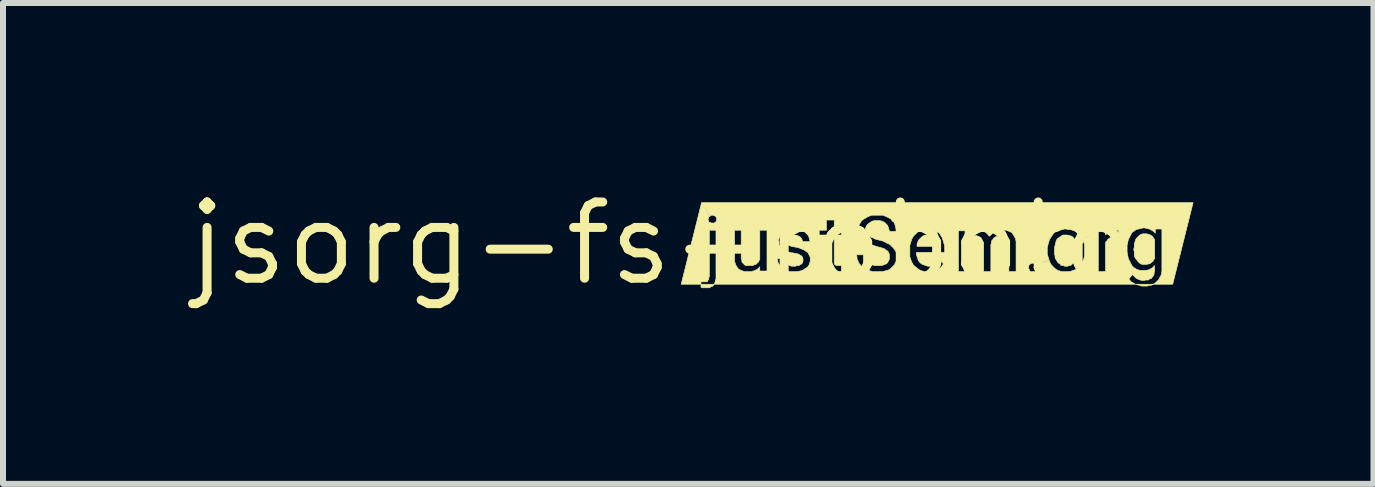
<source format=kicad_pcb>
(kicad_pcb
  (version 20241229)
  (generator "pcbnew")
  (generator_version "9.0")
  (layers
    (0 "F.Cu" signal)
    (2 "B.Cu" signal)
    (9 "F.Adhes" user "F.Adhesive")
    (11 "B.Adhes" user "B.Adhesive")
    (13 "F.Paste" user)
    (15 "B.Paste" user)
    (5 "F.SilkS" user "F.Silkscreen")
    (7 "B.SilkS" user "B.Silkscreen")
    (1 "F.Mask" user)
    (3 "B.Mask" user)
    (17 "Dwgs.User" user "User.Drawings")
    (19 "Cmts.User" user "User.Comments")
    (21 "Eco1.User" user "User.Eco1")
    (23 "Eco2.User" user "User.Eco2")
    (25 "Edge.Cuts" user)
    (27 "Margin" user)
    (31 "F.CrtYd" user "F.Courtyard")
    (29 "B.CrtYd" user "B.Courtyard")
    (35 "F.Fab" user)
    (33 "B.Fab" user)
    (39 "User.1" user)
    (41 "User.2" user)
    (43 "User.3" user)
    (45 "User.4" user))
  (footprint "jsorg-fs-roboto"
    (layer "F.Cu")
    (at 7.96 1.006)
    (property "Reference" "jsorg-fs-roboto" (at 0 0 0) (layer "F.SilkS") (effects (font (size 1.27 1.27) (thickness 0.15))))
    (attr board_only exclude_from_pos_files exclude_from_bom)
    (fp_poly (pts (xy 4.44 -0.14) (xy 4.41 -0.14) (xy 4.38 -0.13) (xy 4.35 -0.11) (xy 4.32 -0.08) (xy 4.3 -0.06) (xy 4.28 -0.02) (xy 4.27 0.01) (xy 4.27 0.05) (xy 4.61 0.05) (xy 4.6 0.01) (xy 4.6 -0.03) (xy 4.58 -0.06) (xy 4.57 -0.09) (xy 4.54 -0.11) (xy 4.51 -0.13) (xy 4.48 -0.14) (xy 4.44 -0.14)) (stroke (width 0.01) (type solid)) (fill yes) (layer "F.SilkS"))
    (fp_poly (pts (xy 7.88 0.1) (xy 7.89 0.14) (xy 7.89 0.17) (xy 7.89 0.2) (xy 7.9 0.23) (xy 7.91 0.25) (xy 7.93 0.27) (xy 7.94 0.29) (xy 7.96 0.31) (xy 7.98 0.33) (xy 8 0.34) (xy 8.02 0.35) (xy 8.04 0.35) (xy 8.07 0.35) (xy 8.1 0.35) (xy 8.13 0.34) (xy 8.15 0.34) (xy 8.17 0.32) (xy 8.2 0.3) (xy 8.21 0.28) (xy 8.23 0.25) (xy 8.23 -0.06) (xy 8.21 -0.09) (xy 8.19 -0.12) (xy 8.16 -0.14) (xy 8.13 -0.15) (xy 8.1 -0.16) (xy 8.06 -0.16) (xy 8.03 -0.16) (xy 8 -0.15) (xy 7.97 -0.13) (xy 7.95 -0.11) (xy 7.93 -0.09) (xy 7.91 -0.06) (xy 7.9 -0.02) (xy 7.89 0.01) (xy 7.89 0.06) (xy 7.88 0.1)) (stroke (width 0.01) (type solid)) (fill yes) (layer "F.SilkS"))
    (fp_poly (pts (xy 6.56 0.12) (xy 6.56 0.15) (xy 6.56 0.18) (xy 6.57 0.21) (xy 6.57 0.24) (xy 6.58 0.26) (xy 6.6 0.29) (xy 6.61 0.31) (xy 6.63 0.33) (xy 6.65 0.34) (xy 6.66 0.36) (xy 6.69 0.37) (xy 6.71 0.37) (xy 6.73 0.38) (xy 6.76 0.38) (xy 6.78 0.38) (xy 6.8 0.37) (xy 6.82 0.37) (xy 6.84 0.36) (xy 6.86 0.34) (xy 6.88 0.33) (xy 6.89 0.31) (xy 6.91 0.29) (xy 6.92 0.27) (xy 6.93 0.25) (xy 6.94 0.22) (xy 6.94 0.19) (xy 6.95 0.13) (xy 6.95 0.07) (xy 6.94 0.04) (xy 6.94 0.01) (xy 6.92 -0.03) (xy 6.9 -0.06) (xy 6.88 -0.09) (xy 6.85 -0.12) (xy 6.81 -0.13) (xy 6.78 -0.14) (xy 6.74 -0.14) (xy 6.7 -0.14) (xy 6.67 -0.12) (xy 6.64 -0.1) (xy 6.61 -0.08) (xy 6.59 -0.05) (xy 6.58 -0.01) (xy 6.57 0.03) (xy 6.56 0.07) (xy 6.56 0.12)) (stroke (width 0.01) (type solid)) (fill yes) (layer "F.SilkS"))
    (fp_poly (pts (xy 0.82 -0.46) (xy 0.83 -0.46) (xy 0.85 -0.47) (xy 0.88 -0.47) (xy 0.89 -0.46) (xy 0.9 -0.46) (xy 0.91 -0.45) (xy 0.92 -0.44) (xy 0.93 -0.43) (xy 0.93 -0.41) (xy 0.93 -0.4) (xy 0.93 -0.38) (xy 0.92 -0.37) (xy 0.92 -0.36) (xy 0.91 -0.35) (xy 0.9 -0.35) (xy 0.89 -0.34) (xy 0.87 -0.34) (xy 0.85 -0.34) (xy 0.84 -0.34) (xy 0.81 -0.22) (xy 0.92 -0.22) (xy 1.23 -0.22) (xy 1.34 -0.22) (xy 1.34 0.22) (xy 1.34 0.25) (xy 1.35 0.27) (xy 1.35 0.3) (xy 1.36 0.32) (xy 1.37 0.33) (xy 1.39 0.35) (xy 1.4 0.36) (xy 1.42 0.37) (xy 1.45 0.37) (xy 1.47 0.37) (xy 1.5 0.37) (xy 1.53 0.37) (xy 1.55 0.36) (xy 1.58 0.35) (xy 1.6 0.34) (xy 1.61 0.32) (xy 1.63 0.31) (xy 1.64 0.28) (xy 1.65 0.27) (xy 1.65 -0.22) (xy 1.77 -0.22) (xy 1.77 0.46) (xy 1.96 0.33) (xy 1.95 0.31) (xy 1.95 0.28) (xy 1.94 0.25) (xy 2.06 0.25) (xy 2.06 0.28) (xy 2.07 0.3) (xy 2.09 0.32) (xy 2.11 0.34) (xy 2.13 0.36) (xy 2.15 0.37) (xy 2.18 0.38) (xy 2.21 0.38) (xy 2.24 0.38) (xy 2.27 0.37) (xy 2.3 0.37) (xy 2.33 0.35) (xy 2.35 0.34) (xy 2.36 0.32) (xy 2.37 0.3) (xy 2.37 0.28) (xy 2.37 0.25) (xy 2.36 0.23) (xy 2.35 0.21) (xy 2.33 0.2) (xy 2.3 0.18) (xy 2.27 0.17) (xy 2.15 0.15) (xy 2.12 0.14) (xy 2.09 0.12) (xy 2.06 0.11) (xy 2.03 0.09) (xy 2.01 0.07) (xy 1.99 0.05) (xy 1.97 0.02) (xy 1.97 -0.01) (xy 1.96 -0.05) (xy 1.97 -0.08) (xy 1.98 -0.11) (xy 2 -0.14) (xy 2.02 -0.17) (xy 2.05 -0.19) (xy 2.07 -0.2) (xy 2.09 -0.21) (xy 2.12 -0.22) (xy 2.14 -0.23) (xy 2.17 -0.23) (xy 2.2 -0.24) (xy 2.26 -0.24) (xy 2.31 -0.23) (xy 2.34 -0.22) (xy 2.36 -0.21) (xy 2.38 -0.2) (xy 2.4 -0.19) (xy 2.42 -0.17) (xy 2.44 -0.15) (xy 2.46 -0.13) (xy 2.47 -0.1) (xy 2.64 -0.14) (xy 2.64 -0.22) (xy 2.76 -0.22) (xy 2.76 -0.39) (xy 2.89 -0.39) (xy 2.89 -0.22) (xy 3.01 -0.22) (xy 3.29 -0.22) (xy 3.29 -0.25) (xy 3.3 -0.27) (xy 3.3 -0.3) (xy 3.31 -0.32) (xy 3.33 -0.35) (xy 3.34 -0.37) (xy 3.36 -0.39) (xy 3.39 -0.41) (xy 3.41 -0.42) (xy 3.44 -0.44) (xy 3.46 -0.45) (xy 3.49 -0.46) (xy 3.52 -0.47) (xy 3.56 -0.47) (xy 3.59 -0.47) (xy 3.63 -0.47) (xy 3.66 -0.47) (xy 3.7 -0.47) (xy 3.75 -0.45) (xy 3.79 -0.43) (xy 3.83 -0.41) (xy 3.86 -0.37) (xy 3.88 -0.36) (xy 3.89 -0.34) (xy 3.91 -0.29) (xy 3.92 -0.24) (xy 3.93 -0.2) (xy 3.81 -0.2) (xy 3.8 -0.24) (xy 3.79 -0.27) (xy 3.78 -0.3) (xy 3.75 -0.33) (xy 3.73 -0.35) (xy 3.69 -0.37) (xy 3.65 -0.38) (xy 3.61 -0.38) (xy 3.56 -0.38) (xy 3.52 -0.37) (xy 3.49 -0.35) (xy 3.46 -0.33) (xy 3.44 -0.31) (xy 3.42 -0.28) (xy 3.41 -0.24) (xy 3.41 -0.22) (xy 3.41 -0.21) (xy 3.42 -0.18) (xy 3.43 -0.16) (xy 3.45 -0.14) (xy 3.48 -0.12) (xy 3.51 -0.1) (xy 3.54 -0.09) (xy 3.58 -0.07) (xy 3.7 -0.04) (xy 3.74 -0.02) (xy 3.78 0) (xy 3.82 0.02) (xy 3.85 0.05) (xy 3.88 0.08) (xy 3.9 0.11) (xy 3.91 0.12) (xy 3.92 0.14) (xy 3.93 0.17) (xy 3.93 0.19) (xy 3.93 0.21) (xy 4.15 0.19) (xy 4.15 0.15) (xy 4.15 0.1) (xy 4.15 0.07) (xy 4.15 0.03) (xy 4.16 0) (xy 4.17 -0.03) (xy 4.18 -0.07) (xy 4.2 -0.1) (xy 4.21 -0.12) (xy 4.24 -0.15) (xy 4.26 -0.17) (xy 4.28 -0.19) (xy 4.31 -0.2) (xy 4.34 -0.22) (xy 4.37 -0.23) (xy 4.4 -0.23) (xy 4.43 -0.24) (xy 4.47 -0.24) (xy 4.5 -0.23) (xy 4.53 -0.23) (xy 4.55 -0.22) (xy 4.58 -0.21) (xy 4.6 -0.19) (xy 4.63 -0.18) (xy 4.65 -0.16) (xy 4.66 -0.14) (xy 4.68 -0.11) (xy 4.69 -0.09) (xy 4.7 -0.06) (xy 4.71 -0.03) (xy 4.72 0.01) (xy 4.73 0.04) (xy 4.73 0.08) (xy 4.73 0.15) (xy 4.26 0.15) (xy 4.26 0.19) (xy 4.27 0.22) (xy 4.28 0.25) (xy 4.29 0.28) (xy 4.31 0.31) (xy 4.33 0.33) (xy 4.36 0.35) (xy 4.39 0.36) (xy 4.42 0.37) (xy 4.45 0.38) (xy 4.49 0.38) (xy 4.53 0.37) (xy 4.56 0.36) (xy 4.59 0.34) (xy 4.62 0.31) (xy 4.65 0.28) (xy 4.71 0.34) (xy 4.96 0.47) (xy 4.96 -0.21) (xy 5.07 -0.21) (xy 5.07 -0.14) (xy 5.09 -0.16) (xy 5.12 -0.18) (xy 5.14 -0.19) (xy 5.17 -0.2) (xy 5.2 -0.21) (xy 5.23 -0.22) (xy 5.26 -0.22) (xy 5.29 -0.22) (xy 5.33 -0.22) (xy 5.35 -0.21) (xy 5.38 -0.2) (xy 5.4 -0.19) (xy 5.42 -0.18) (xy 5.44 -0.16) (xy 5.46 -0.14) (xy 5.47 -0.12) (xy 5.49 -0.13) (xy 5.51 -0.15) (xy 5.53 -0.17) (xy 5.55 -0.18) (xy 5.57 -0.2) (xy 5.59 -0.21) (xy 5.61 -0.21) (xy 5.64 -0.22) (xy 5.67 -0.22) (xy 5.7 -0.22) (xy 5.73 -0.22) (xy 5.76 -0.22) (xy 5.78 -0.21) (xy 5.81 -0.2) (xy 5.83 -0.19) (xy 5.85 -0.18) (xy 5.87 -0.15) (xy 5.89 -0.12) (xy 5.91 -0.08) (xy 5.92 -0.03) (xy 5.92 0.01) (xy 5.92 0.47) (xy 6.13 0.42) (xy 6.13 0.41) (xy 6.13 0.39) (xy 6.13 0.37) (xy 6.14 0.36) (xy 6.15 0.35) (xy 6.16 0.34) (xy 6.17 0.34) (xy 6.18 0.33) (xy 6.2 0.33) (xy 6.22 0.33) (xy 6.23 0.34) (xy 6.24 0.34) (xy 6.25 0.35) (xy 6.26 0.36) (xy 6.47 0.27) (xy 6.46 0.25) (xy 6.45 0.21) (xy 6.44 0.18) (xy 6.44 0.15) (xy 6.44 0.11) (xy 6.44 0.07) (xy 6.45 0.03) (xy 6.46 -0.01) (xy 6.47 -0.04) (xy 6.48 -0.07) (xy 6.5 -0.1) (xy 6.52 -0.13) (xy 6.54 -0.16) (xy 6.56 -0.18) (xy 6.59 -0.2) (xy 6.62 -0.21) (xy 6.65 -0.22) (xy 6.69 -0.23) (xy 6.72 -0.24) (xy 6.76 -0.24) (xy 6.79 -0.23) (xy 6.83 -0.23) (xy 6.86 -0.22) (xy 6.89 -0.21) (xy 6.92 -0.19) (xy 6.94 -0.17) (xy 6.97 -0.15) (xy 6.99 -0.13) (xy 7.01 -0.1) (xy 7.02 -0.07) (xy 7.3 -0.21) (xy 7.41 -0.21) (xy 7.41 -0.14) (xy 7.43 -0.16) (xy 7.45 -0.18) (xy 7.47 -0.2) (xy 7.5 -0.21) (xy 7.53 -0.22) (xy 7.56 -0.22) (xy 7.59 -0.22) (xy 7.62 -0.22) (xy 7.63 -0.22) (xy 7.63 -0.11) (xy 7.79 -0.06) (xy 7.81 -0.1) (xy 7.83 -0.14) (xy 7.85 -0.18) (xy 7.88 -0.2) (xy 7.92 -0.23) (xy 7.96 -0.24) (xy 8 -0.25) (xy 8.05 -0.26) (xy 8.1 -0.25) (xy 8.14 -0.24) (xy 8.18 -0.22) (xy 8.21 -0.2) (xy 8.24 -0.17) (xy 8.24 -0.24) (xy 8.35 -0.24) (xy 8.35 0.43) (xy 8.35 0.46) (xy 8.34 0.52) (xy 8.33 0.54) (xy 8.32 0.56) (xy 8.31 0.58) (xy 8.3 0.6) (xy 8.28 0.62) (xy 8.26 0.64) (xy 8.24 0.66) (xy 8.22 0.67) (xy 8.19 0.69) (xy 8.16 0.7) (xy 8.14 0.7) (xy 8.11 0.71) (xy 8.07 0.71) (xy 8.04 0.71) (xy 8.01 0.71) (xy 7.98 0.7) (xy 7.95 0.69) (xy 7.91 0.68) (xy 7.89 0.67) (xy 7.86 0.65) (xy 7.84 0.64) (xy 7.82 0.62) (xy 7.8 0.59) (xy 7.86 0.52) (xy 7.89 0.55) (xy 7.92 0.58) (xy 7.96 0.6) (xy 7.99 0.61) (xy 8.04 0.62) (xy 8.08 0.61) (xy 8.12 0.61) (xy 8.15 0.59) (xy 8.18 0.58) (xy 8.19 0.56) (xy 8.21 0.54) (xy 8.22 0.51) (xy 8.22 0.49) (xy 8.23 0.46) (xy 8.23 0.37) (xy 8.2 0.4) (xy 8.17 0.42) (xy 8.13 0.44) (xy 8.09 0.45) (xy 8.04 0.45) (xy 7.99 0.45) (xy 7.95 0.44) (xy 7.91 0.42) (xy 7.88 0.4) (xy 7.85 0.37) (xy 7.83 0.33) (xy 7.81 0.29) (xy 7.79 0.25) (xy 7.78 0.2) (xy 7.77 0.14) (xy 7.77 0.09) (xy 7.77 0.03) (xy 7.78 -0.01) (xy 7.79 -0.06) (xy 7.63 -0.11) (xy 7.59 -0.11) (xy 7.56 -0.11) (xy 7.53 -0.11) (xy 7.5 -0.1) (xy 7.48 -0.09) (xy 7.45 -0.07) (xy 7.44 -0.05) (xy 7.42 -0.03) (xy 7.41 -0.01) (xy 7.41 0.47) (xy 7.29 0.47) (xy 7.29 -0.21) (xy 7.03 -0.07) (xy 7.04 -0.04) (xy 7.05 -0.01) (xy 7.06 0.02) (xy 7.06 0.06) (xy 7.06 0.1) (xy 7.06 0.14) (xy 7.06 0.18) (xy 7.06 0.22) (xy 7.05 0.25) (xy 7.04 0.28) (xy 7.02 0.31) (xy 7.01 0.34) (xy 6.99 0.36) (xy 6.97 0.39) (xy 6.95 0.41) (xy 6.93 0.42) (xy 6.9 0.44) (xy 6.87 0.45) (xy 6.84 0.46) (xy 6.81 0.47) (xy 6.78 0.47) (xy 6.74 0.47) (xy 6.71 0.47) (xy 6.68 0.47) (xy 6.65 0.46) (xy 6.62 0.45) (xy 6.6 0.44) (xy 6.57 0.42) (xy 6.55 0.4) (xy 6.53 0.38) (xy 6.51 0.36) (xy 6.49 0.33) (xy 6.48 0.3) (xy 6.47 0.28) (xy 6.26 0.36) (xy 6.27 0.37) (xy 6.27 0.39) (xy 6.27 0.41) (xy 6.27 0.42) (xy 6.27 0.43) (xy 6.26 0.45) (xy 6.25 0.46) (xy 6.24 0.46) (xy 6.23 0.47) (xy 6.22 0.47) (xy 6.2 0.47) (xy 6.19 0.47) (xy 6.17 0.47) (xy 6.16 0.47) (xy 6.15 0.46) (xy 6.14 0.45) (xy 6.14 0.43) (xy 6.13 0.42) (xy 5.92 0.47) (xy 5.8 0.47) (xy 5.8 0.02) (xy 5.8 -0.01) (xy 5.8 -0.04) (xy 5.79 -0.06) (xy 5.78 -0.08) (xy 5.77 -0.09) (xy 5.75 -0.11) (xy 5.73 -0.12) (xy 5.71 -0.12) (xy 5.69 -0.13) (xy 5.66 -0.13) (xy 5.63 -0.13) (xy 5.61 -0.12) (xy 5.58 -0.11) (xy 5.56 -0.1) (xy 5.54 -0.08) (xy 5.53 -0.06) (xy 5.51 -0.04) (xy 5.51 -0.01) (xy 5.5 0.02) (xy 5.5 0.47) (xy 5.38 0.47) (xy 5.38 0.02) (xy 5.38 -0.01) (xy 5.37 -0.03) (xy 5.36 -0.05) (xy 5.35 -0.07) (xy 5.34 -0.09) (xy 5.33 -0.1) (xy 5.31 -0.11) (xy 5.29 -0.12) (xy 5.26 -0.13) (xy 5.24 -0.13) (xy 5.21 -0.13) (xy 5.18 -0.12) (xy 5.16 -0.11) (xy 5.14 -0.1) (xy 5.12 -0.09) (xy 5.1 -0.07) (xy 5.09 -0.05) (xy 5.07 -0.03) (xy 5.07 0.47) (xy 4.96 0.47) (xy 4.71 0.34) (xy 4.69 0.37) (xy 4.67 0.4) (xy 4.64 0.42) (xy 4.61 0.44) (xy 4.58 0.46) (xy 4.54 0.47) (xy 4.5 0.47) (xy 4.46 0.47) (xy 4.42 0.47) (xy 4.39 0.47) (xy 4.36 0.46) (xy 4.33 0.45) (xy 4.31 0.44) (xy 4.28 0.42) (xy 4.26 0.4) (xy 4.23 0.38) (xy 4.21 0.36) (xy 4.2 0.34) (xy 4.18 0.31) (xy 4.17 0.28) (xy 4.16 0.25) (xy 4.15 0.22) (xy 4.15 0.19) (xy 3.94 0.21) (xy 3.94 0.24) (xy 3.93 0.26) (xy 3.93 0.28) (xy 3.91 0.32) (xy 3.89 0.36) (xy 3.86 0.39) (xy 3.83 0.42) (xy 3.8 0.44) (xy 3.77 0.45) (xy 3.73 0.46) (xy 3.7 0.47) (xy 3.65 0.47) (xy 3.61 0.47) (xy 3.57 0.47) (xy 3.53 0.47) (xy 3.5 0.46) (xy 3.46 0.45) (xy 3.43 0.43) (xy 3.4 0.42) (xy 3.37 0.4) (xy 3.34 0.38) (xy 3.32 0.35) (xy 3.3 0.33) (xy 3.29 0.3) (xy 3.27 0.26) (xy 3.27 0.23) (xy 3.26 0.19) (xy 3.39 0.19) (xy 3.39 0.22) (xy 3.4 0.25) (xy 3.41 0.28) (xy 3.42 0.3) (xy 3.44 0.32) (xy 3.47 0.34) (xy 3.5 0.35) (xy 3.53 0.36) (xy 3.56 0.37) (xy 3.6 0.37) (xy 3.64 0.37) (xy 3.67 0.37) (xy 3.71 0.36) (xy 3.73 0.35) (xy 3.76 0.34) (xy 3.78 0.32) (xy 3.79 0.3) (xy 3.8 0.28) (xy 3.81 0.26) (xy 3.81 0.24) (xy 3.81 0.21) (xy 3.81 0.19) (xy 3.8 0.16) (xy 3.79 0.14) (xy 3.78 0.13) (xy 3.77 0.12) (xy 3.75 0.11) (xy 3.73 0.09) (xy 3.67 0.07) (xy 3.59 0.05) (xy 3.51 0.02) (xy 3.44 -0.01) (xy 3.41 -0.03) (xy 3.39 -0.04) (xy 3.37 -0.06) (xy 3.35 -0.08) (xy 3.33 -0.1) (xy 3.32 -0.12) (xy 3.31 -0.14) (xy 3.3 -0.17) (xy 3.29 -0.19) (xy 3.29 -0.22) (xy 3.01 -0.22) (xy 3.01 -0.14) (xy 2.89 -0.14) (xy 2.89 0.29) (xy 2.89 0.33) (xy 2.89 0.34) (xy 2.9 0.35) (xy 2.91 0.36) (xy 2.93 0.37) (xy 2.94 0.37) (xy 2.96 0.37) (xy 3.01 0.37) (xy 3.01 0.46) (xy 2.98 0.47) (xy 2.94 0.47) (xy 2.91 0.47) (xy 2.88 0.47) (xy 2.86 0.46) (xy 2.83 0.45) (xy 2.81 0.44) (xy 2.8 0.42) (xy 2.78 0.39) (xy 2.77 0.37) (xy 2.77 0.34) (xy 2.76 0.3) (xy 2.76 -0.14) (xy 2.64 -0.14) (xy 2.47 -0.1) (xy 2.48 -0.06) (xy 2.49 -0.03) (xy 2.36 -0.03) (xy 2.36 -0.05) (xy 2.35 -0.07) (xy 2.34 -0.09) (xy 2.32 -0.11) (xy 2.3 -0.12) (xy 2.28 -0.13) (xy 2.25 -0.14) (xy 2.22 -0.14) (xy 2.19 -0.14) (xy 2.16 -0.14) (xy 2.14 -0.13) (xy 2.12 -0.11) (xy 2.1 -0.1) (xy 2.09 -0.08) (xy 2.09 -0.06) (xy 2.09 -0.03) (xy 2.09 -0.01) (xy 2.1 0) (xy 2.11 0.02) (xy 2.13 0.03) (xy 2.18 0.05) (xy 2.29 0.07) (xy 2.34 0.09) (xy 2.39 0.11) (xy 2.43 0.14) (xy 2.45 0.15) (xy 2.46 0.17) (xy 2.47 0.19) (xy 2.48 0.21) (xy 2.49 0.23) (xy 2.49 0.25) (xy 2.49 0.27) (xy 2.49 0.3) (xy 2.48 0.33) (xy 2.47 0.36) (xy 2.45 0.39) (xy 2.42 0.41) (xy 2.39 0.43) (xy 2.36 0.45) (xy 2.32 0.46) (xy 2.27 0.47) (xy 2.23 0.47) (xy 2.18 0.47) (xy 2.14 0.47) (xy 2.1 0.45) (xy 2.07 0.44) (xy 2.03 0.41) (xy 2 0.39) (xy 1.98 0.36) (xy 1.96 0.33) (xy 1.77 0.46) (xy 1.65 0.46) (xy 1.65 0.39) (xy 1.63 0.41) (xy 1.61 0.43) (xy 1.59 0.44) (xy 1.57 0.45) (xy 1.54 0.46) (xy 1.51 0.47) (xy 1.48 0.47) (xy 1.45 0.47) (xy 1.42 0.47) (xy 1.39 0.47) (xy 1.37 0.46) (xy 1.34 0.45) (xy 1.32 0.44) (xy 1.3 0.43) (xy 1.28 0.41) (xy 1.27 0.39) (xy 1.25 0.36) (xy 1.24 0.33) (xy 1.23 0.3) (xy 1.23 0.26) (xy 1.23 -0.22) (xy 0.92 -0.22) (xy 0.92 0.55) (xy 0.92 0.59) (xy 0.91 0.62) (xy 0.9 0.66) (xy 0.89 0.68) (xy 0.87 0.71) (xy 0.84 0.72) (xy 0.81 0.74) (xy 0.77 0.74) (xy 0.73 0.74) (xy 0.7 0.74) (xy 0.67 0.73) (xy 0.67 0.64) (xy 0.7 0.64) (xy 0.73 0.64) (xy 0.75 0.64) (xy 0.77 0.64) (xy 0.78 0.63) (xy 0.79 0.61) (xy 0.8 0.6) (xy 0.8 0.57) (xy 0.81 0.55) (xy 0.81 -0.22) (xy 0.84 -0.34) (xy 0.83 -0.35) (xy 0.81 -0.35) (xy 0.8 -0.36) (xy 0.8 -0.37) (xy 0.79 -0.39) (xy 0.79 -0.4) (xy 0.79 -0.41) (xy 0.8 -0.43) (xy 0.8 -0.44) (xy 0.81 -0.45) (xy 0.82 -0.45) (xy 0.68 -0.68) (xy 0.34 0.68) (xy 8.53 0.68) (xy 8.87 -0.68) (xy 0.68 -0.68) (xy 0.82 -0.46)) (stroke (width 0.01) (type solid)) (fill yes) (layer "F.SilkS")))
  (gr_rect
    (start -3 -3)
    (end 19.835 5.012)
    (stroke (width 0.1) (type default))
    (fill no)
    (layer "Edge.Cuts")))
</source>
